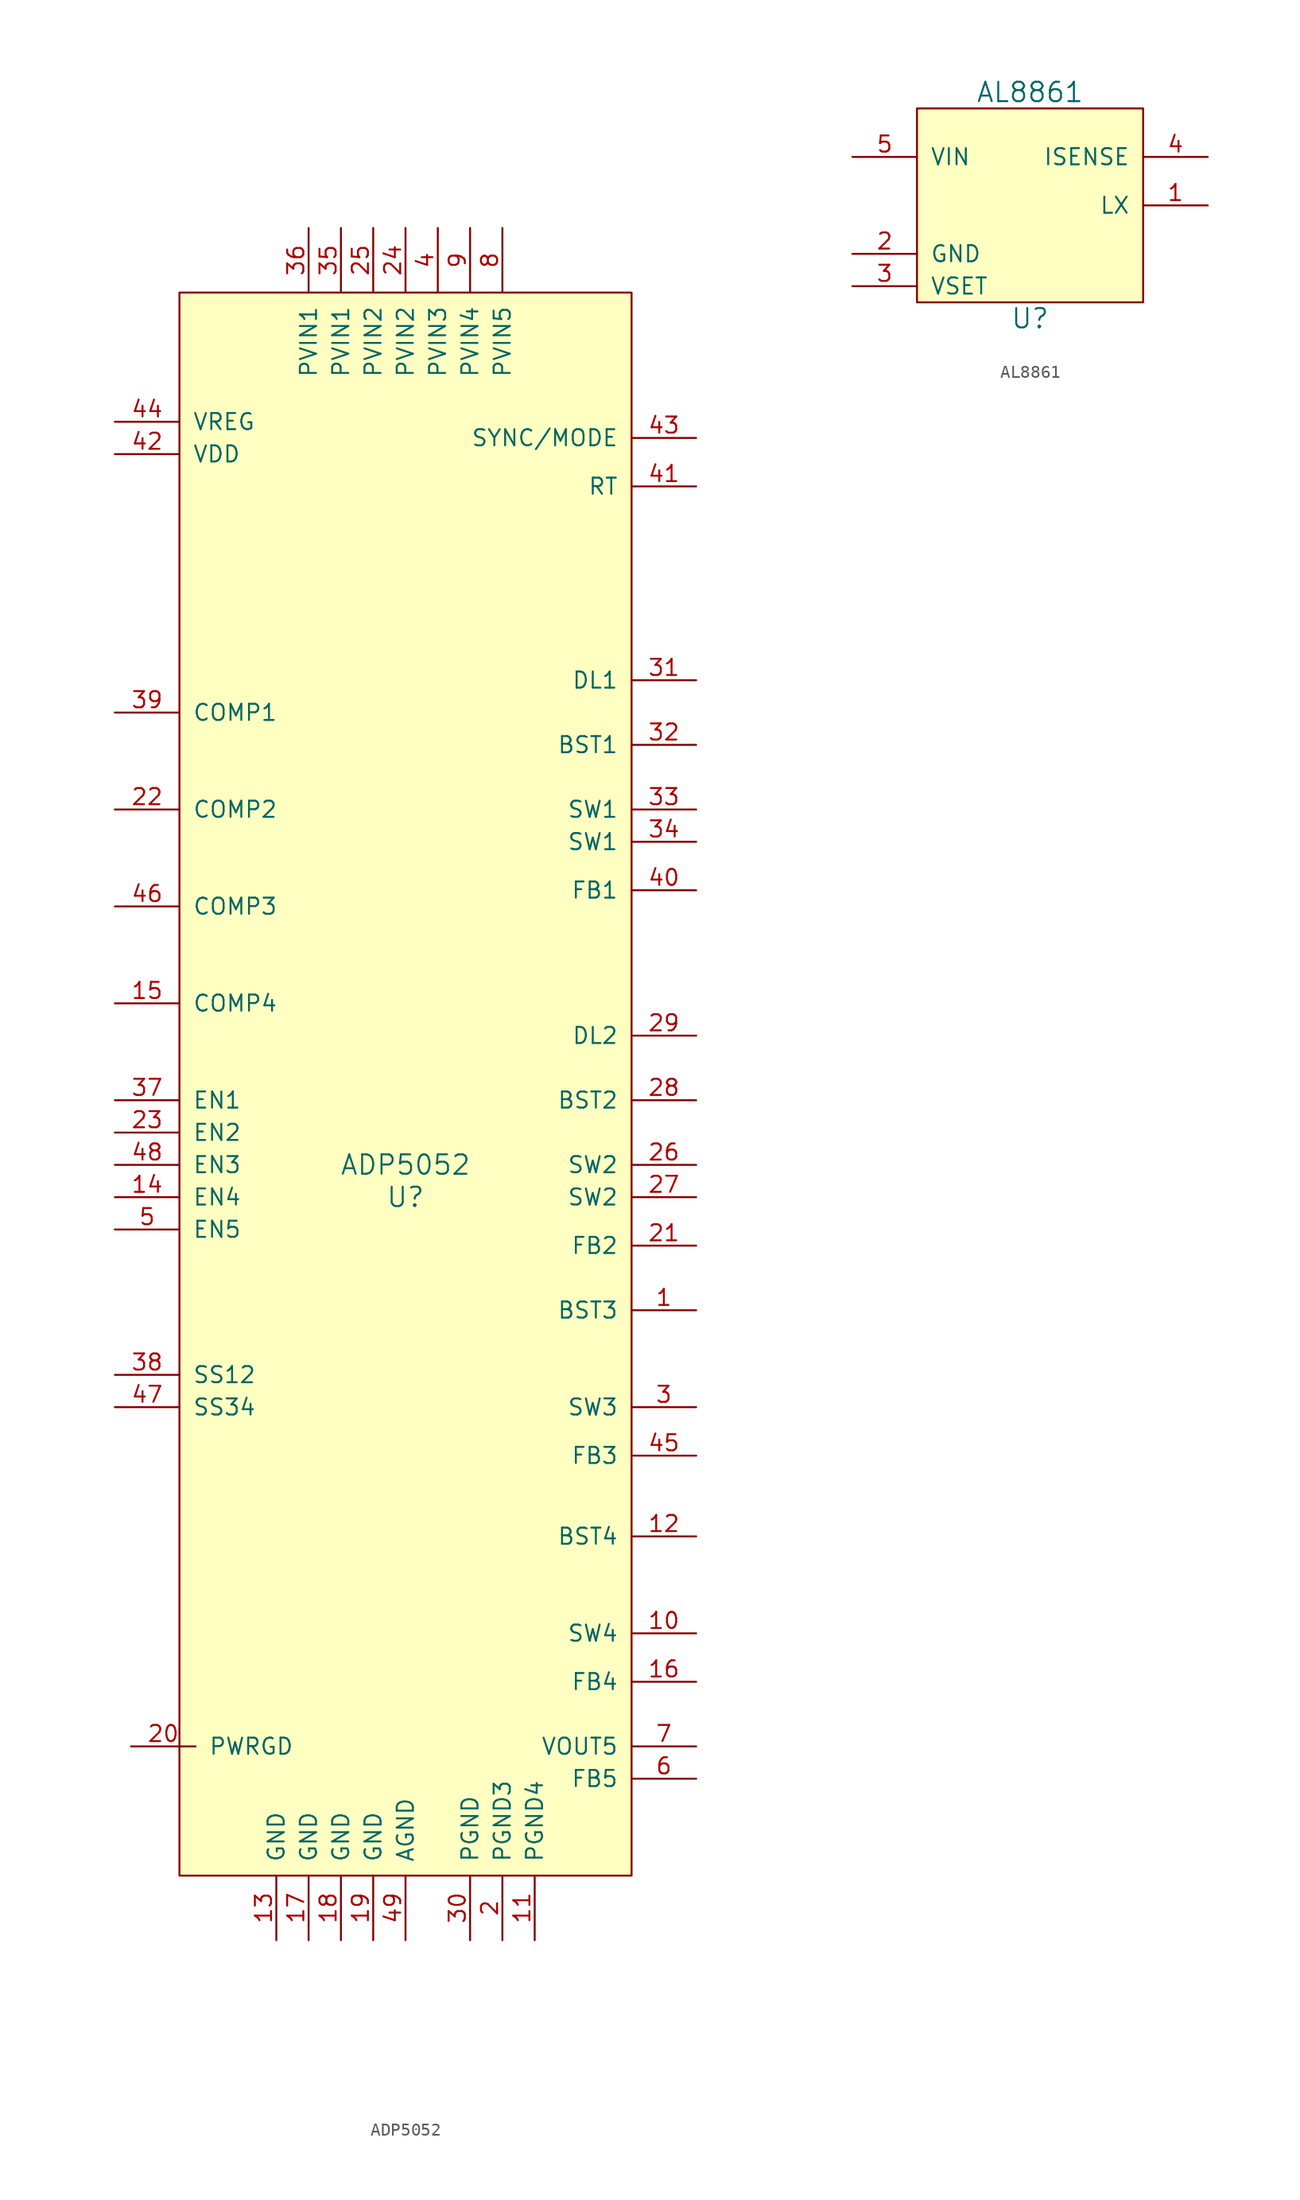
<source format=kicad_sym>
(kicad_symbol_lib
  (version 20211014)
  (generator kicad_symbol_editor)
  (symbol "ADP5052"
    (pin_names
      (offset 1.016))
    (property "Reference" "U"
      (at 0 -29.21 0)
      (effects (font (size 1.524 1.524))))
    (property "Value" "ADP5052"
      (at 0 -26.67 0)
      (effects (font (size 1.524 1.524))))
    (symbol "ADP5052_0_1"
      (rectangle (start -17.78 41.91) (end 17.78 -82.55) (stroke (width 0) (type default) (color 0 0 0 0)) (fill (type background))))
    (symbol "ADP5052_1_1"
      (pin input line (at 22.86 -38.1 180) (length 5.08) (name "BST3" (effects (font (size 1.27 1.27)))) (number "1" (effects (font (size 1.27 1.27)))))
      (pin input line (at 22.86 -63.5 180) (length 5.08) (name "SW4" (effects (font (size 1.27 1.27)))) (number "10" (effects (font (size 1.27 1.27)))))
      (pin input line (at 10.16 -87.63 90) (length 5.08) (name "PGND4" (effects (font (size 1.27 1.27)))) (number "11" (effects (font (size 1.27 1.27)))))
      (pin input line (at 22.86 -55.88 180) (length 5.08) (name "BST4" (effects (font (size 1.27 1.27)))) (number "12" (effects (font (size 1.27 1.27)))))
      (pin input line (at -10.16 -87.63 90) (length 5.08) (name "GND" (effects (font (size 1.27 1.27)))) (number "13" (effects (font (size 1.27 1.27)))))
      (pin input line (at -22.86 -29.21 0) (length 5.08) (name "EN4" (effects (font (size 1.27 1.27)))) (number "14" (effects (font (size 1.27 1.27)))))
      (pin input line (at -22.86 -13.97 0) (length 5.08) (name "COMP4" (effects (font (size 1.27 1.27)))) (number "15" (effects (font (size 1.27 1.27)))))
      (pin input line (at 22.86 -67.31 180) (length 5.08) (name "FB4" (effects (font (size 1.27 1.27)))) (number "16" (effects (font (size 1.27 1.27)))))
      (pin input line (at -7.62 -87.63 90) (length 5.08) (name "GND" (effects (font (size 1.27 1.27)))) (number "17" (effects (font (size 1.27 1.27)))))
      (pin input line (at -5.08 -87.63 90) (length 5.08) (name "GND" (effects (font (size 1.27 1.27)))) (number "18" (effects (font (size 1.27 1.27)))))
      (pin input line (at -2.54 -87.63 90) (length 5.08) (name "GND" (effects (font (size 1.27 1.27)))) (number "19" (effects (font (size 1.27 1.27)))))
      (pin input line (at 7.62 -87.63 90) (length 5.08) (name "PGND3" (effects (font (size 1.27 1.27)))) (number "2" (effects (font (size 1.27 1.27)))))
      (pin input line (at -21.59 -72.39 0) (length 5.08) (name "PWRGD" (effects (font (size 1.27 1.27)))) (number "20" (effects (font (size 1.27 1.27)))))
      (pin input line (at 22.86 -33.02 180) (length 5.08) (name "FB2" (effects (font (size 1.27 1.27)))) (number "21" (effects (font (size 1.27 1.27)))))
      (pin input line (at -22.86 1.27 0) (length 5.08) (name "COMP2" (effects (font (size 1.27 1.27)))) (number "22" (effects (font (size 1.27 1.27)))))
      (pin input line (at -22.86 -24.13 0) (length 5.08) (name "EN2" (effects (font (size 1.27 1.27)))) (number "23" (effects (font (size 1.27 1.27)))))
      (pin input line (at 0 46.99 270) (length 5.08) (name "PVIN2" (effects (font (size 1.27 1.27)))) (number "24" (effects (font (size 1.27 1.27)))))
      (pin input line (at -2.54 46.99 270) (length 5.08) (name "PVIN2" (effects (font (size 1.27 1.27)))) (number "25" (effects (font (size 1.27 1.27)))))
      (pin input line (at 22.86 -26.67 180) (length 5.08) (name "SW2" (effects (font (size 1.27 1.27)))) (number "26" (effects (font (size 1.27 1.27)))))
      (pin input line (at 22.86 -29.21 180) (length 5.08) (name "SW2" (effects (font (size 1.27 1.27)))) (number "27" (effects (font (size 1.27 1.27)))))
      (pin input line (at 22.86 -21.59 180) (length 5.08) (name "BST2" (effects (font (size 1.27 1.27)))) (number "28" (effects (font (size 1.27 1.27)))))
      (pin input line (at 22.86 -16.51 180) (length 5.08) (name "DL2" (effects (font (size 1.27 1.27)))) (number "29" (effects (font (size 1.27 1.27)))))
      (pin input line (at 22.86 -45.72 180) (length 5.08) (name "SW3" (effects (font (size 1.27 1.27)))) (number "3" (effects (font (size 1.27 1.27)))))
      (pin input line (at 5.08 -87.63 90) (length 5.08) (name "PGND" (effects (font (size 1.27 1.27)))) (number "30" (effects (font (size 1.27 1.27)))))
      (pin input line (at 22.86 11.43 180) (length 5.08) (name "DL1" (effects (font (size 1.27 1.27)))) (number "31" (effects (font (size 1.27 1.27)))))
      (pin input line (at 22.86 6.35 180) (length 5.08) (name "BST1" (effects (font (size 1.27 1.27)))) (number "32" (effects (font (size 1.27 1.27)))))
      (pin input line (at 22.86 1.27 180) (length 5.08) (name "SW1" (effects (font (size 1.27 1.27)))) (number "33" (effects (font (size 1.27 1.27)))))
      (pin input line (at 22.86 -1.27 180) (length 5.08) (name "SW1" (effects (font (size 1.27 1.27)))) (number "34" (effects (font (size 1.27 1.27)))))
      (pin input line (at -5.08 46.99 270) (length 5.08) (name "PVIN1" (effects (font (size 1.27 1.27)))) (number "35" (effects (font (size 1.27 1.27)))))
      (pin input line (at -7.62 46.99 270) (length 5.08) (name "PVIN1" (effects (font (size 1.27 1.27)))) (number "36" (effects (font (size 1.27 1.27)))))
      (pin input line (at -22.86 -21.59 0) (length 5.08) (name "EN1" (effects (font (size 1.27 1.27)))) (number "37" (effects (font (size 1.27 1.27)))))
      (pin input line (at -22.86 -43.18 0) (length 5.08) (name "SS12" (effects (font (size 1.27 1.27)))) (number "38" (effects (font (size 1.27 1.27)))))
      (pin input line (at -22.86 8.89 0) (length 5.08) (name "COMP1" (effects (font (size 1.27 1.27)))) (number "39" (effects (font (size 1.27 1.27)))))
      (pin input line (at 2.54 46.99 270) (length 5.08) (name "PVIN3" (effects (font (size 1.27 1.27)))) (number "4" (effects (font (size 1.27 1.27)))))
      (pin input line (at 22.86 -5.08 180) (length 5.08) (name "FB1" (effects (font (size 1.27 1.27)))) (number "40" (effects (font (size 1.27 1.27)))))
      (pin input line (at 22.86 26.67 180) (length 5.08) (name "RT" (effects (font (size 1.27 1.27)))) (number "41" (effects (font (size 1.27 1.27)))))
      (pin input line (at -22.86 29.21 0) (length 5.08) (name "VDD" (effects (font (size 1.27 1.27)))) (number "42" (effects (font (size 1.27 1.27)))))
      (pin input line (at 22.86 30.48 180) (length 5.08) (name "SYNC/MODE" (effects (font (size 1.27 1.27)))) (number "43" (effects (font (size 1.27 1.27)))))
      (pin input line (at -22.86 31.75 0) (length 5.08) (name "VREG" (effects (font (size 1.27 1.27)))) (number "44" (effects (font (size 1.27 1.27)))))
      (pin input line (at 22.86 -49.53 180) (length 5.08) (name "FB3" (effects (font (size 1.27 1.27)))) (number "45" (effects (font (size 1.27 1.27)))))
      (pin input line (at -22.86 -6.35 0) (length 5.08) (name "COMP3" (effects (font (size 1.27 1.27)))) (number "46" (effects (font (size 1.27 1.27)))))
      (pin input line (at -22.86 -45.72 0) (length 5.08) (name "SS34" (effects (font (size 1.27 1.27)))) (number "47" (effects (font (size 1.27 1.27)))))
      (pin input line (at -22.86 -26.67 0) (length 5.08) (name "EN3" (effects (font (size 1.27 1.27)))) (number "48" (effects (font (size 1.27 1.27)))))
      (pin input line (at 0 -87.63 90) (length 5.08) (name "AGND" (effects (font (size 1.27 1.27)))) (number "49" (effects (font (size 1.27 1.27)))))
      (pin input line (at -22.86 -31.75 0) (length 5.08) (name "EN5" (effects (font (size 1.27 1.27)))) (number "5" (effects (font (size 1.27 1.27)))))
      (pin input line (at 22.86 -74.93 180) (length 5.08) (name "FB5" (effects (font (size 1.27 1.27)))) (number "6" (effects (font (size 1.27 1.27)))))
      (pin input line (at 22.86 -72.39 180) (length 5.08) (name "VOUT5" (effects (font (size 1.27 1.27)))) (number "7" (effects (font (size 1.27 1.27)))))
      (pin input line (at 7.62 46.99 270) (length 5.08) (name "PVIN5" (effects (font (size 1.27 1.27)))) (number "8" (effects (font (size 1.27 1.27)))))
      (pin input line (at 5.08 46.99 270) (length 5.08) (name "PVIN4" (effects (font (size 1.27 1.27)))) (number "9" (effects (font (size 1.27 1.27)))))))
  (symbol "AL8861"
    (pin_names
      (offset 1.016))
    (property "Reference" "U"
      (at 0 -10.16 0)
      (effects (font (size 1.524 1.524))))
    (property "Value" "AL8861"
      (at 0 7.62 0)
      (effects (font (size 1.524 1.524))))
    (symbol "AL8861_0_1"
      (rectangle (start 8.89 6.35) (end -8.89 -8.89) (stroke (width 0) (type default) (color 0 0 0 0)) (fill (type background))))
    (symbol "AL8861_1_1"
      (pin input line (at 13.97 -1.27 180) (length 5.08) (name "LX" (effects (font (size 1.27 1.27)))) (number "1" (effects (font (size 1.27 1.27)))))
      (pin input line (at -13.97 -5.08 0) (length 5.08) (name "GND" (effects (font (size 1.27 1.27)))) (number "2" (effects (font (size 1.27 1.27)))))
      (pin input line (at -13.97 -7.62 0) (length 5.08) (name "VSET" (effects (font (size 1.27 1.27)))) (number "3" (effects (font (size 1.27 1.27)))))
      (pin input line (at 13.97 2.54 180) (length 5.08) (name "ISENSE" (effects (font (size 1.27 1.27)))) (number "4" (effects (font (size 1.27 1.27)))))
      (pin input line (at -13.97 2.54 0) (length 5.08) (name "VIN" (effects (font (size 1.27 1.27)))) (number "5" (effects (font (size 1.27 1.27))))))))
</source>
